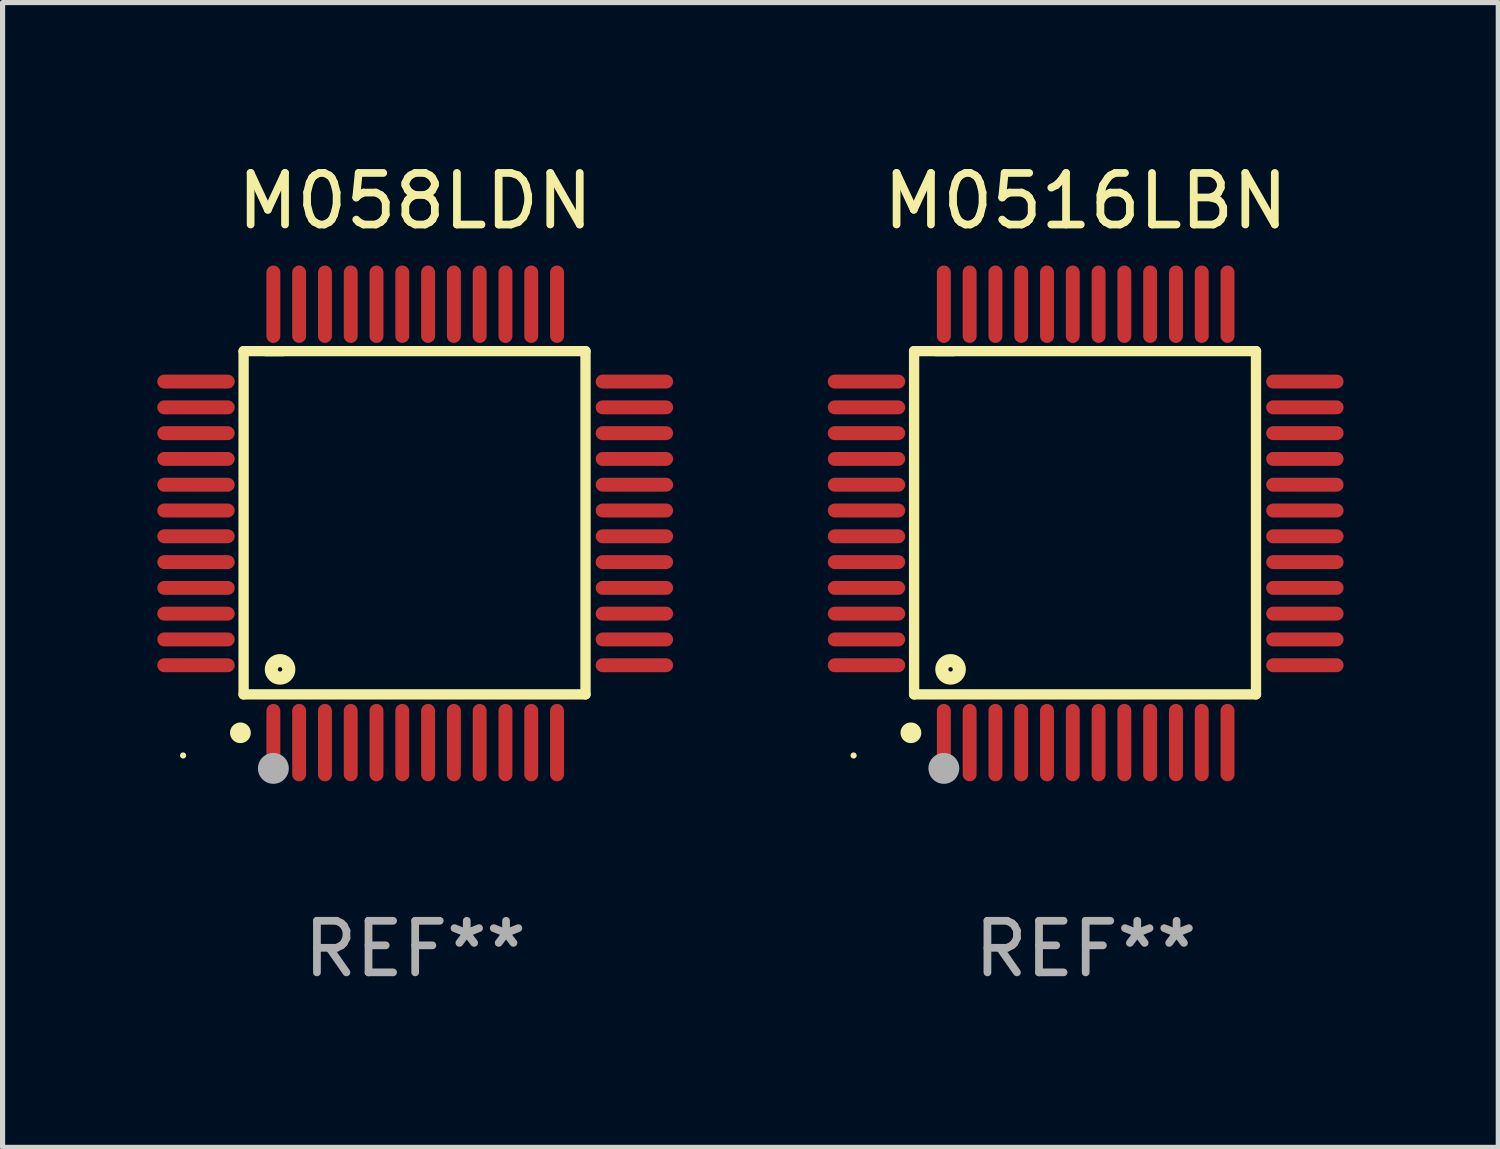
<source format=kicad_pcb>
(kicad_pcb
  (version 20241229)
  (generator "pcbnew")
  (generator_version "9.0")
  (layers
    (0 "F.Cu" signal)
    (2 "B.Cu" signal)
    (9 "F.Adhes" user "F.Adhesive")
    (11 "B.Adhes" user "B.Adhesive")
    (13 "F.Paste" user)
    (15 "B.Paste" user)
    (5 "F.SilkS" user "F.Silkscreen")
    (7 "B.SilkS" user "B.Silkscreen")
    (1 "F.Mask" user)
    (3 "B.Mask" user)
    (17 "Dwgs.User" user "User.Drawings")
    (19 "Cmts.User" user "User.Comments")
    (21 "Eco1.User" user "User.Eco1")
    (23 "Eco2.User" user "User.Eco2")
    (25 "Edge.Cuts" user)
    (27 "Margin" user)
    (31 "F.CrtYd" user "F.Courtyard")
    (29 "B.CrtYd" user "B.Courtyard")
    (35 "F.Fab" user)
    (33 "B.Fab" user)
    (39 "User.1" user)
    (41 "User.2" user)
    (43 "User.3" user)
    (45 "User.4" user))
  (footprint "M058LDN"
    (layer "F.Cu")
    (at 5 7.098)
    (property "Reference" "M058LDN" (at 0 -6.25 0) (layer "F.SilkS") (effects (font (size 1 1) (thickness 0.15))))
    (attr through_hole)
    (fp_line (start -3.327 -3.34) (end -2.565 -3.34) (stroke (width 0.2) (type solid)) (layer "F.SilkS"))
    (fp_line (start -3.327 3.315) (end -3.327 -3.34) (stroke (width 0.2) (type solid)) (layer "F.SilkS"))
    (fp_line (start -2.896 -3.34) (end 3.302 -3.34) (stroke (width 0.2) (type solid)) (layer "F.SilkS"))
    (fp_line (start 3.302 -3.34) (end 3.302 3.315) (stroke (width 0.2) (type solid)) (layer "F.SilkS"))
    (fp_line (start 3.302 3.315) (end -3.327 3.315) (stroke (width 0.2) (type solid)) (layer "F.SilkS"))
    (fp_arc (start -3.389992 4.059995) (mid -3.388722 4.059991) (end -3.387452 4.059995) (stroke (width 0.4) (type solid)) (layer "F.SilkS"))
    (fp_circle (center -4.5 4.5) (end -4.47 4.5) (stroke (width 0.06) (type solid)) (fill no) (layer "F.SilkS"))
    (fp_circle (center -2.62 2.83) (end -2.45 2.83) (stroke (width 0.254) (type solid)) (fill no) (layer "F.SilkS"))
    (fp_circle (center -2.75 4.75) (end -2.6 4.75) (stroke (width 0.3) (type solid)) (fill no) (layer "F.Fab"))
    (fp_text user "REF**" (at 0 8.25 0) (layer "F.Fab") (effects (font (size 1 1) (thickness 0.15))))
    (pad "1" smd oval (at -2.75 4.25) (size 0.27 1.5) (layers "F.Cu" "F.Mask" "F.Paste"))
    (pad "2" smd oval (at -2.25 4.25) (size 0.27 1.5) (layers "F.Cu" "F.Mask" "F.Paste"))
    (pad "3" smd oval (at -1.75 4.25) (size 0.27 1.5) (layers "F.Cu" "F.Mask" "F.Paste"))
    (pad "4" smd oval (at -1.25 4.25) (size 0.27 1.5) (layers "F.Cu" "F.Mask" "F.Paste"))
    (pad "5" smd oval (at -0.75 4.25) (size 0.27 1.5) (layers "F.Cu" "F.Mask" "F.Paste"))
    (pad "6" smd oval (at -0.25 4.25) (size 0.27 1.5) (layers "F.Cu" "F.Mask" "F.Paste"))
    (pad "7" smd oval (at 0.25 4.25) (size 0.27 1.5) (layers "F.Cu" "F.Mask" "F.Paste"))
    (pad "8" smd oval (at 0.75 4.25) (size 0.27 1.5) (layers "F.Cu" "F.Mask" "F.Paste"))
    (pad "9" smd oval (at 1.25 4.25) (size 0.27 1.5) (layers "F.Cu" "F.Mask" "F.Paste"))
    (pad "10" smd oval (at 1.75 4.25) (size 0.27 1.5) (layers "F.Cu" "F.Mask" "F.Paste"))
    (pad "11" smd oval (at 2.25 4.25) (size 0.27 1.5) (layers "F.Cu" "F.Mask" "F.Paste"))
    (pad "12" smd oval (at 2.75 4.25) (size 0.27 1.5) (layers "F.Cu" "F.Mask" "F.Paste"))
    (pad "13" smd oval (at 4.25 2.75) (size 1.5 0.27) (layers "F.Cu" "F.Mask" "F.Paste"))
    (pad "14" smd oval (at 4.25 2.25) (size 1.5 0.27) (layers "F.Cu" "F.Mask" "F.Paste"))
    (pad "15" smd oval (at 4.25 1.75) (size 1.5 0.27) (layers "F.Cu" "F.Mask" "F.Paste"))
    (pad "16" smd oval (at 4.25 1.25) (size 1.5 0.27) (layers "F.Cu" "F.Mask" "F.Paste"))
    (pad "17" smd oval (at 4.25 0.75) (size 1.5 0.27) (layers "F.Cu" "F.Mask" "F.Paste"))
    (pad "18" smd oval (at 4.25 0.25) (size 1.5 0.27) (layers "F.Cu" "F.Mask" "F.Paste"))
    (pad "19" smd oval (at 4.25 -0.25) (size 1.5 0.27) (layers "F.Cu" "F.Mask" "F.Paste"))
    (pad "20" smd oval (at 4.25 -0.75) (size 1.5 0.27) (layers "F.Cu" "F.Mask" "F.Paste"))
    (pad "21" smd oval (at 4.25 -1.25) (size 1.5 0.27) (layers "F.Cu" "F.Mask" "F.Paste"))
    (pad "22" smd oval (at 4.25 -1.75) (size 1.5 0.27) (layers "F.Cu" "F.Mask" "F.Paste"))
    (pad "23" smd oval (at 4.25 -2.25) (size 1.5 0.27) (layers "F.Cu" "F.Mask" "F.Paste"))
    (pad "24" smd oval (at 4.25 -2.75) (size 1.5 0.27) (layers "F.Cu" "F.Mask" "F.Paste"))
    (pad "25" smd oval (at 2.75 -4.25) (size 0.27 1.5) (layers "F.Cu" "F.Mask" "F.Paste"))
    (pad "26" smd oval (at 2.25 -4.25) (size 0.27 1.5) (layers "F.Cu" "F.Mask" "F.Paste"))
    (pad "27" smd oval (at 1.75 -4.25) (size 0.27 1.5) (layers "F.Cu" "F.Mask" "F.Paste"))
    (pad "28" smd oval (at 1.25 -4.25) (size 0.27 1.5) (layers "F.Cu" "F.Mask" "F.Paste"))
    (pad "29" smd oval (at 0.75 -4.25) (size 0.27 1.5) (layers "F.Cu" "F.Mask" "F.Paste"))
    (pad "30" smd oval (at 0.25 -4.25) (size 0.27 1.5) (layers "F.Cu" "F.Mask" "F.Paste"))
    (pad "31" smd oval (at -0.25 -4.25) (size 0.27 1.5) (layers "F.Cu" "F.Mask" "F.Paste"))
    (pad "32" smd oval (at -0.75 -4.25) (size 0.27 1.5) (layers "F.Cu" "F.Mask" "F.Paste"))
    (pad "33" smd oval (at -1.25 -4.25) (size 0.27 1.5) (layers "F.Cu" "F.Mask" "F.Paste"))
    (pad "34" smd oval (at -1.75 -4.25) (size 0.27 1.5) (layers "F.Cu" "F.Mask" "F.Paste"))
    (pad "35" smd oval (at -2.25 -4.25) (size 0.27 1.5) (layers "F.Cu" "F.Mask" "F.Paste"))
    (pad "36" smd oval (at -2.75 -4.25) (size 0.27 1.5) (layers "F.Cu" "F.Mask" "F.Paste"))
    (pad "37" smd oval (at -4.25 -2.75) (size 1.5 0.27) (layers "F.Cu" "F.Mask" "F.Paste"))
    (pad "38" smd oval (at -4.25 -2.25) (size 1.5 0.27) (layers "F.Cu" "F.Mask" "F.Paste"))
    (pad "39" smd oval (at -4.25 -1.75) (size 1.5 0.27) (layers "F.Cu" "F.Mask" "F.Paste"))
    (pad "40" smd oval (at -4.25 -1.25) (size 1.5 0.27) (layers "F.Cu" "F.Mask" "F.Paste"))
    (pad "41" smd oval (at -4.25 -0.75) (size 1.5 0.27) (layers "F.Cu" "F.Mask" "F.Paste"))
    (pad "42" smd oval (at -4.25 -0.25) (size 1.5 0.27) (layers "F.Cu" "F.Mask" "F.Paste"))
    (pad "43" smd oval (at -4.25 0.25) (size 1.5 0.27) (layers "F.Cu" "F.Mask" "F.Paste"))
    (pad "44" smd oval (at -4.25 0.75) (size 1.5 0.27) (layers "F.Cu" "F.Mask" "F.Paste"))
    (pad "45" smd oval (at -4.25 1.25) (size 1.5 0.27) (layers "F.Cu" "F.Mask" "F.Paste"))
    (pad "46" smd oval (at -4.25 1.75) (size 1.5 0.27) (layers "F.Cu" "F.Mask" "F.Paste"))
    (pad "47" smd oval (at -4.25 2.25) (size 1.5 0.27) (layers "F.Cu" "F.Mask" "F.Paste"))
    (pad "48" smd oval (at -4.25 2.75) (size 1.5 0.27) (layers "F.Cu" "F.Mask" "F.Paste")))
  (footprint "M0516LBN"
    (layer "F.Cu")
    (at 18 7.098)
    (property "Reference" "M0516LBN" (at 0 -6.25 0) (layer "F.SilkS") (effects (font (size 1 1) (thickness 0.15))))
    (attr through_hole)
    (fp_line (start -3.327 -3.34) (end -2.565 -3.34) (stroke (width 0.2) (type solid)) (layer "F.SilkS"))
    (fp_line (start -3.327 3.315) (end -3.327 -3.34) (stroke (width 0.2) (type solid)) (layer "F.SilkS"))
    (fp_line (start -2.896 -3.34) (end 3.302 -3.34) (stroke (width 0.2) (type solid)) (layer "F.SilkS"))
    (fp_line (start 3.302 -3.34) (end 3.302 3.315) (stroke (width 0.2) (type solid)) (layer "F.SilkS"))
    (fp_line (start 3.302 3.315) (end -3.327 3.315) (stroke (width 0.2) (type solid)) (layer "F.SilkS"))
    (fp_arc (start -3.389992 4.059995) (mid -3.388722 4.059991) (end -3.387452 4.059995) (stroke (width 0.4) (type solid)) (layer "F.SilkS"))
    (fp_circle (center -4.5 4.5) (end -4.47 4.5) (stroke (width 0.06) (type solid)) (fill no) (layer "F.SilkS"))
    (fp_circle (center -2.62 2.83) (end -2.45 2.83) (stroke (width 0.254) (type solid)) (fill no) (layer "F.SilkS"))
    (fp_circle (center -2.75 4.75) (end -2.6 4.75) (stroke (width 0.3) (type solid)) (fill no) (layer "F.Fab"))
    (fp_text user "REF**" (at 0 8.25 0) (layer "F.Fab") (effects (font (size 1 1) (thickness 0.15))))
    (pad "1" smd oval (at -2.75 4.25) (size 0.27 1.5) (layers "F.Cu" "F.Mask" "F.Paste"))
    (pad "2" smd oval (at -2.25 4.25) (size 0.27 1.5) (layers "F.Cu" "F.Mask" "F.Paste"))
    (pad "3" smd oval (at -1.75 4.25) (size 0.27 1.5) (layers "F.Cu" "F.Mask" "F.Paste"))
    (pad "4" smd oval (at -1.25 4.25) (size 0.27 1.5) (layers "F.Cu" "F.Mask" "F.Paste"))
    (pad "5" smd oval (at -0.75 4.25) (size 0.27 1.5) (layers "F.Cu" "F.Mask" "F.Paste"))
    (pad "6" smd oval (at -0.25 4.25) (size 0.27 1.5) (layers "F.Cu" "F.Mask" "F.Paste"))
    (pad "7" smd oval (at 0.25 4.25) (size 0.27 1.5) (layers "F.Cu" "F.Mask" "F.Paste"))
    (pad "8" smd oval (at 0.75 4.25) (size 0.27 1.5) (layers "F.Cu" "F.Mask" "F.Paste"))
    (pad "9" smd oval (at 1.25 4.25) (size 0.27 1.5) (layers "F.Cu" "F.Mask" "F.Paste"))
    (pad "10" smd oval (at 1.75 4.25) (size 0.27 1.5) (layers "F.Cu" "F.Mask" "F.Paste"))
    (pad "11" smd oval (at 2.25 4.25) (size 0.27 1.5) (layers "F.Cu" "F.Mask" "F.Paste"))
    (pad "12" smd oval (at 2.75 4.25) (size 0.27 1.5) (layers "F.Cu" "F.Mask" "F.Paste"))
    (pad "13" smd oval (at 4.25 2.75) (size 1.5 0.27) (layers "F.Cu" "F.Mask" "F.Paste"))
    (pad "14" smd oval (at 4.25 2.25) (size 1.5 0.27) (layers "F.Cu" "F.Mask" "F.Paste"))
    (pad "15" smd oval (at 4.25 1.75) (size 1.5 0.27) (layers "F.Cu" "F.Mask" "F.Paste"))
    (pad "16" smd oval (at 4.25 1.25) (size 1.5 0.27) (layers "F.Cu" "F.Mask" "F.Paste"))
    (pad "17" smd oval (at 4.25 0.75) (size 1.5 0.27) (layers "F.Cu" "F.Mask" "F.Paste"))
    (pad "18" smd oval (at 4.25 0.25) (size 1.5 0.27) (layers "F.Cu" "F.Mask" "F.Paste"))
    (pad "19" smd oval (at 4.25 -0.25) (size 1.5 0.27) (layers "F.Cu" "F.Mask" "F.Paste"))
    (pad "20" smd oval (at 4.25 -0.75) (size 1.5 0.27) (layers "F.Cu" "F.Mask" "F.Paste"))
    (pad "21" smd oval (at 4.25 -1.25) (size 1.5 0.27) (layers "F.Cu" "F.Mask" "F.Paste"))
    (pad "22" smd oval (at 4.25 -1.75) (size 1.5 0.27) (layers "F.Cu" "F.Mask" "F.Paste"))
    (pad "23" smd oval (at 4.25 -2.25) (size 1.5 0.27) (layers "F.Cu" "F.Mask" "F.Paste"))
    (pad "24" smd oval (at 4.25 -2.75) (size 1.5 0.27) (layers "F.Cu" "F.Mask" "F.Paste"))
    (pad "25" smd oval (at 2.75 -4.25) (size 0.27 1.5) (layers "F.Cu" "F.Mask" "F.Paste"))
    (pad "26" smd oval (at 2.25 -4.25) (size 0.27 1.5) (layers "F.Cu" "F.Mask" "F.Paste"))
    (pad "27" smd oval (at 1.75 -4.25) (size 0.27 1.5) (layers "F.Cu" "F.Mask" "F.Paste"))
    (pad "28" smd oval (at 1.25 -4.25) (size 0.27 1.5) (layers "F.Cu" "F.Mask" "F.Paste"))
    (pad "29" smd oval (at 0.75 -4.25) (size 0.27 1.5) (layers "F.Cu" "F.Mask" "F.Paste"))
    (pad "30" smd oval (at 0.25 -4.25) (size 0.27 1.5) (layers "F.Cu" "F.Mask" "F.Paste"))
    (pad "31" smd oval (at -0.25 -4.25) (size 0.27 1.5) (layers "F.Cu" "F.Mask" "F.Paste"))
    (pad "32" smd oval (at -0.75 -4.25) (size 0.27 1.5) (layers "F.Cu" "F.Mask" "F.Paste"))
    (pad "33" smd oval (at -1.25 -4.25) (size 0.27 1.5) (layers "F.Cu" "F.Mask" "F.Paste"))
    (pad "34" smd oval (at -1.75 -4.25) (size 0.27 1.5) (layers "F.Cu" "F.Mask" "F.Paste"))
    (pad "35" smd oval (at -2.25 -4.25) (size 0.27 1.5) (layers "F.Cu" "F.Mask" "F.Paste"))
    (pad "36" smd oval (at -2.75 -4.25) (size 0.27 1.5) (layers "F.Cu" "F.Mask" "F.Paste"))
    (pad "37" smd oval (at -4.25 -2.75) (size 1.5 0.27) (layers "F.Cu" "F.Mask" "F.Paste"))
    (pad "38" smd oval (at -4.25 -2.25) (size 1.5 0.27) (layers "F.Cu" "F.Mask" "F.Paste"))
    (pad "39" smd oval (at -4.25 -1.75) (size 1.5 0.27) (layers "F.Cu" "F.Mask" "F.Paste"))
    (pad "40" smd oval (at -4.25 -1.25) (size 1.5 0.27) (layers "F.Cu" "F.Mask" "F.Paste"))
    (pad "41" smd oval (at -4.25 -0.75) (size 1.5 0.27) (layers "F.Cu" "F.Mask" "F.Paste"))
    (pad "42" smd oval (at -4.25 -0.25) (size 1.5 0.27) (layers "F.Cu" "F.Mask" "F.Paste"))
    (pad "43" smd oval (at -4.25 0.25) (size 1.5 0.27) (layers "F.Cu" "F.Mask" "F.Paste"))
    (pad "44" smd oval (at -4.25 0.75) (size 1.5 0.27) (layers "F.Cu" "F.Mask" "F.Paste"))
    (pad "45" smd oval (at -4.25 1.25) (size 1.5 0.27) (layers "F.Cu" "F.Mask" "F.Paste"))
    (pad "46" smd oval (at -4.25 1.75) (size 1.5 0.27) (layers "F.Cu" "F.Mask" "F.Paste"))
    (pad "47" smd oval (at -4.25 2.25) (size 1.5 0.27) (layers "F.Cu" "F.Mask" "F.Paste"))
    (pad "48" smd oval (at -4.25 2.75) (size 1.5 0.27) (layers "F.Cu" "F.Mask" "F.Paste")))
  (gr_rect
    (start -3 -3)
    (end 26 19.196)
    (stroke (width 0.1) (type default))
    (fill no)
    (layer "Edge.Cuts")))
</source>
